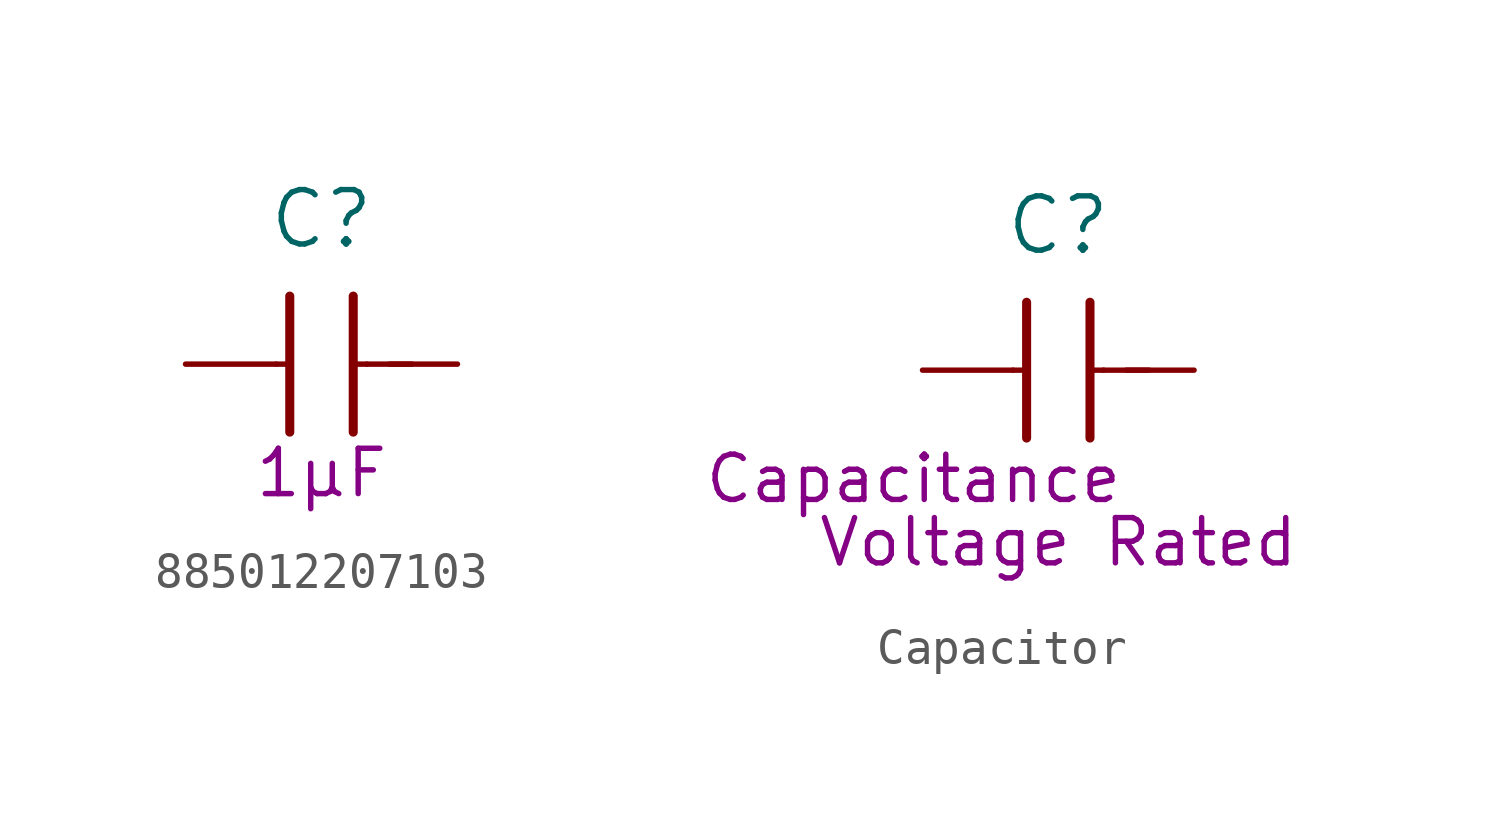
<source format=kicad_sym>
(kicad_symbol_lib
  (version 20220914)
  (generator kicad_symbol_editor)
  (symbol "885012207103"
    (pin_numbers hide)
    (pin_names
      (offset 0) hide)
    (property "Reference" "C"
      (at -1.27 4.064 0)
      (effects (font (size 1.524 1.524))))
    (property "Capacitance (Farad)" "1µF"
      (at -1.27 -3.048 0)
      (effects (font (size 1.27 1.27))))
    (symbol "885012207103_0_1"
      (polyline (pts (xy -2.54 0) (xy -2.286 0)) (stroke (width 0) (type default)) (fill (type none)))
      (polyline (pts (xy -2.159 1.905) (xy -2.159 -1.905)) (stroke (width 0.254) (type default)) (fill (type none)))
      (polyline (pts (xy -0.381 1.905) (xy -0.381 -1.905)) (stroke (width 0.254) (type default)) (fill (type none)))
      (polyline (pts (xy 0 0) (xy -0.254 0)) (stroke (width 0) (type default)) (fill (type none)))
      (polyline (pts (xy 0.635 0) (xy 1.27 0)) (stroke (width 0) (type default)) (fill (type none))))
    (symbol "885012207103_1_1"
      (pin passive line (at -5.08 0 0) (length 2.54) (name "1" (effects (font (size 1.27 1.27)))) (number "1" (effects (font (size 1.27 1.27)))))
      (pin passive line (at 2.54 0 180) (length 2.54) (name "2" (effects (font (size 1.27 1.27)))) (number "2" (effects (font (size 1.27 1.27)))))))
  (symbol "Capacitor"
    (pin_numbers hide)
    (pin_names
      (offset 0) hide)
    (property "Reference" "C"
      (at -1.27 4.064 0)
      (effects (font (size 1.524 1.524))))
    (property "Capacitance (Farad)" "Capacitance"
      (at -5.334 -3.048 0)
      (effects (font (size 1.27 1.27))))
    (property "Voltage Rated (Volt)" "Voltage Rated"
      (at -1.27 -4.826 0)
      (effects (font (size 1.27 1.27))))
    (symbol "Capacitor_0_1"
      (polyline (pts (xy -2.54 0) (xy -2.286 0)) (stroke (width 0) (type default)) (fill (type none)))
      (polyline (pts (xy -2.159 1.905) (xy -2.159 -1.905)) (stroke (width 0.254) (type default)) (fill (type none)))
      (polyline (pts (xy -0.381 1.905) (xy -0.381 -1.905)) (stroke (width 0.254) (type default)) (fill (type none)))
      (polyline (pts (xy 0 0) (xy -0.254 0)) (stroke (width 0) (type default)) (fill (type none)))
      (polyline (pts (xy 0.635 0) (xy 1.27 0)) (stroke (width 0) (type default)) (fill (type none))))
    (symbol "Capacitor_1_1"
      (pin passive line (at -5.08 0 0) (length 2.54) (name "1" (effects (font (size 1.27 1.27)))) (number "1" (effects (font (size 1.27 1.27)))))
      (pin passive line (at 2.54 0 180) (length 2.54) (name "2" (effects (font (size 1.27 1.27)))) (number "2" (effects (font (size 1.27 1.27))))))))
</source>
